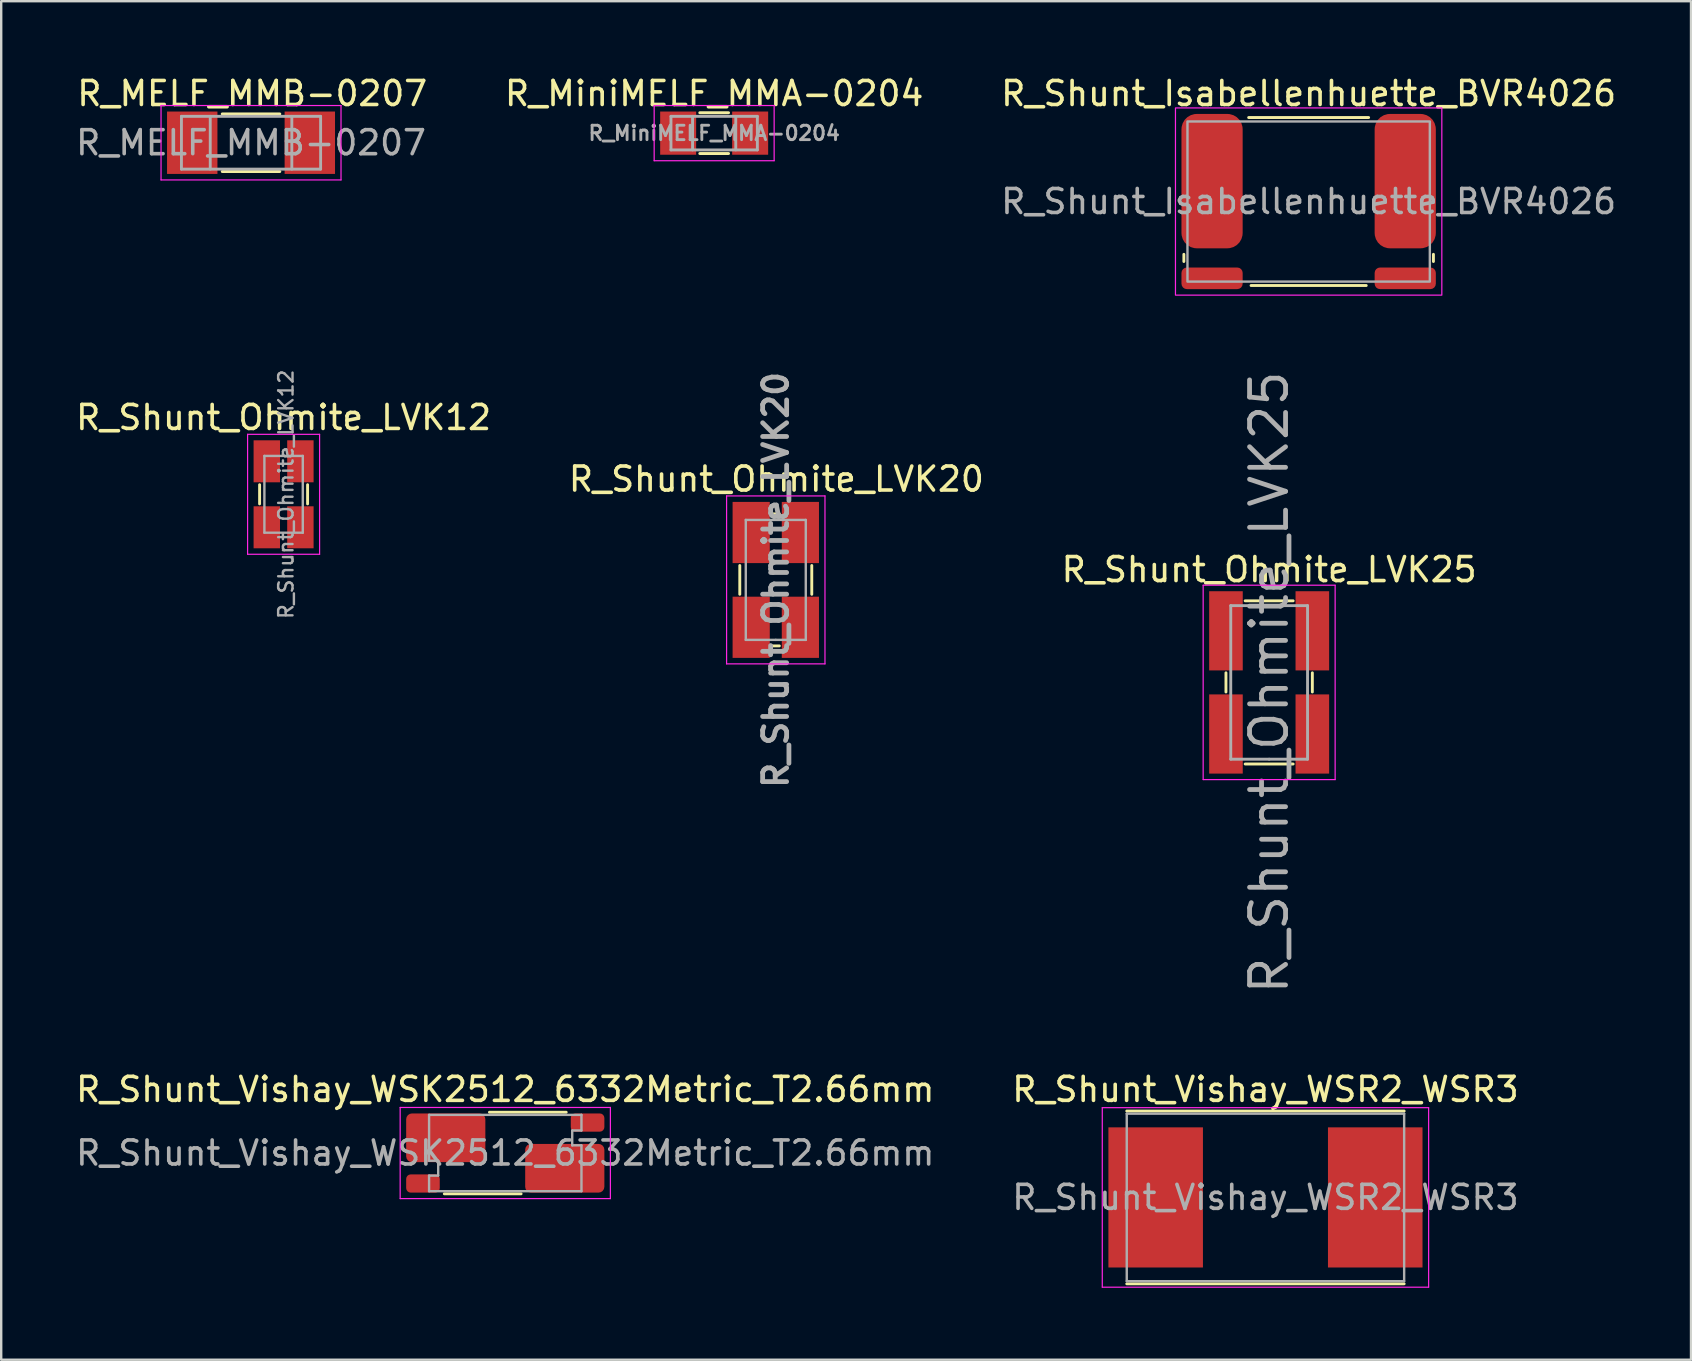
<source format=kicad_pcb>
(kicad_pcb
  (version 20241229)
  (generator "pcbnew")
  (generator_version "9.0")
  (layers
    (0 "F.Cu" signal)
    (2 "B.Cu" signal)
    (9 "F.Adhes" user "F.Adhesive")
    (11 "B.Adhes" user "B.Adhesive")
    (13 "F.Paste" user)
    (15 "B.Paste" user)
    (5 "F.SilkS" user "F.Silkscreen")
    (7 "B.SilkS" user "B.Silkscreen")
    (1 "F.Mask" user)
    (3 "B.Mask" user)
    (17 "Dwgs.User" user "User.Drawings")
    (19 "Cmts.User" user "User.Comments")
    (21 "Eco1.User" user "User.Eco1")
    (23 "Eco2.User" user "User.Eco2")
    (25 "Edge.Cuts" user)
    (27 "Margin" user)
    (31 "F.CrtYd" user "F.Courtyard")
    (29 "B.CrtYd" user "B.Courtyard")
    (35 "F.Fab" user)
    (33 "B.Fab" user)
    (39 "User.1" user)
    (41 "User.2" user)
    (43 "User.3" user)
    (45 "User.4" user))
  (footprint "R_Shunt_Isabellenhuette_BVR4026"
    (layer "F.Cu")
    (at 51.485 5.348)
    (property "Reference" "R_Shunt_Isabellenhuette_BVR4026" (at 0 -4.5 0) (layer "F.SilkS") (effects (font (size 1 1) (thickness 0.15))))
    (attr smd)
    (fp_line (start -5.2 2.2) (end -5.2 2.5) (stroke (width 0.12) (type default)) (layer "F.SilkS"))
    (fp_line (start -2.5 -3.5) (end 2.5 -3.5) (stroke (width 0.12) (type default)) (layer "F.SilkS"))
    (fp_line (start -2.4 3.5) (end 2.4 3.5) (stroke (width 0.12) (type default)) (layer "F.SilkS"))
    (fp_line (start 5.2 2.2) (end 5.2 2.5) (stroke (width 0.12) (type default)) (layer "F.SilkS"))
    (fp_rect (start -5.55 -3.9) (end 5.55 3.9) (stroke (width 0.05) (type default)) (fill no) (layer "F.CrtYd"))
    (fp_rect (start -5.05 -3.337) (end 5.05 3.337) (stroke (width 0.1) (type default)) (fill no) (layer "F.Fab"))
    (fp_text user "${REFERENCE}" (at 0 0 0) (layer "F.Fab") (effects (font (size 1 1) (thickness 0.15))))
    (pad "1" smd roundrect (at -4.025 -0.85) (size 2.55 5.6) (layers "F.Cu" "F.Mask" "F.Paste") (roundrect_rratio 0.25))
    (pad "2" smd roundrect (at -4.025 3.2) (size 2.55 0.9) (layers "F.Cu" "F.Mask" "F.Paste") (roundrect_rratio 0.25))
    (pad "3" smd roundrect (at 4.025 3.2) (size 2.55 0.9) (layers "F.Cu" "F.Mask" "F.Paste") (roundrect_rratio 0.25))
    (pad "4" smd roundrect (at 4.025 -0.85) (size 2.55 5.6) (layers "F.Cu" "F.Mask" "F.Paste") (roundrect_rratio 0.25)))
  (footprint "R_Shunt_Vishay_WSK2512_6332Metric_T2.66mm"
    (layer "F.Cu")
    (at 18.006 45)
    (property "Reference" "R_Shunt_Vishay_WSK2512_6332Metric_T2.66mm" (at 0 -2.65 0) (layer "F.SilkS") (effects (font (size 1 1) (thickness 0.15))))
    (attr smd)
    (fp_line (start -2.54 1.7) (end 0.66 1.7) (stroke (width 0.12) (type solid)) (layer "F.SilkS"))
    (fp_line (start -0.66 -1.7) (end 2.54 -1.7) (stroke (width 0.12) (type solid)) (layer "F.SilkS"))
    (fp_line (start -4.38 -1.9) (end 4.38 -1.9) (stroke (width 0.05) (type solid)) (layer "F.CrtYd"))
    (fp_line (start -4.38 1.9) (end -4.38 -1.9) (stroke (width 0.05) (type solid)) (layer "F.CrtYd"))
    (fp_line (start 4.38 -1.9) (end 4.38 1.9) (stroke (width 0.05) (type solid)) (layer "F.CrtYd"))
    (fp_line (start 4.38 1.9) (end -4.38 1.9) (stroke (width 0.05) (type solid)) (layer "F.CrtYd"))
    (fp_line (start -3.175 -1.59) (end 3.175 -1.59) (stroke (width 0.1) (type solid)) (layer "F.Fab"))
    (fp_line (start -3.175 0.32) (end -3.175 -1.59) (stroke (width 0.1) (type solid)) (layer "F.Fab"))
    (fp_line (start -3.175 0.32) (end -2.795 0.32) (stroke (width 0.1) (type solid)) (layer "F.Fab"))
    (fp_line (start -3.175 0.94) (end -3.175 1.59) (stroke (width 0.1) (type solid)) (layer "F.Fab"))
    (fp_line (start -3.175 0.94) (end -2.795 0.94) (stroke (width 0.1) (type solid)) (layer "F.Fab"))
    (fp_line (start -2.795 0.94) (end -2.795 0.32) (stroke (width 0.1) (type solid)) (layer "F.Fab"))
    (fp_line (start 2.79 -0.94) (end 3.17 -0.94) (stroke (width 0.1) (type solid)) (layer "F.Fab"))
    (fp_line (start 2.79 -0.32) (end 2.79 -0.94) (stroke (width 0.1) (type solid)) (layer "F.Fab"))
    (fp_line (start 2.79 -0.32) (end 3.17 -0.32) (stroke (width 0.1) (type solid)) (layer "F.Fab"))
    (fp_line (start 3.175 -0.94) (end 3.175 -1.59) (stroke (width 0.1) (type solid)) (layer "F.Fab"))
    (fp_line (start 3.175 -0.32) (end 3.175 1.59) (stroke (width 0.1) (type solid)) (layer "F.Fab"))
    (fp_line (start 3.175 1.59) (end -3.175 1.59) (stroke (width 0.1) (type solid)) (layer "F.Fab"))
    (fp_text user "${REFERENCE}" (at 0 0 0) (layer "F.Fab") (effects (font (size 1 1) (thickness 0.15))))
    (pad "1" smd roundrect (at -2.48 -0.635) (size 3.3 2.03) (layers "F.Cu" "F.Mask" "F.Paste") (roundrect_rratio 0.12))
    (pad "2" smd roundrect (at -3.43 1.27) (size 1.4 0.76) (layers "F.Cu" "F.Mask" "F.Paste") (roundrect_rratio 0.25))
    (pad "3" smd roundrect (at 3.43 -1.27) (size 1.4 0.76) (layers "F.Cu" "F.Mask" "F.Paste") (roundrect_rratio 0.25))
    (pad "4" smd roundrect (at 2.48 0.635) (size 3.3 2.03) (layers "F.Cu" "F.Mask" "F.Paste") (roundrect_rratio 0.12)))
  (footprint "R_Shunt_Vishay_WSR2_WSR3"
    (layer "F.Cu")
    (at 49.685 46.85)
    (property "Reference" "R_Shunt_Vishay_WSR2_WSR3" (at 0 -4.5 0) (layer "F.SilkS") (effects (font (size 1 1) (thickness 0.15))))
    (attr smd)
    (fp_line (start -5.78 -3.6) (end 5.78 -3.6) (stroke (width 0.12) (type solid)) (layer "F.SilkS"))
    (fp_line (start -5.78 3.6) (end 5.78 3.6) (stroke (width 0.12) (type solid)) (layer "F.SilkS"))
    (fp_line (start -6.8 -3.74) (end -6.8 3.74) (stroke (width 0.05) (type solid)) (layer "F.CrtYd"))
    (fp_line (start -6.8 -3.74) (end 6.8 -3.74) (stroke (width 0.05) (type solid)) (layer "F.CrtYd"))
    (fp_line (start -6.8 3.74) (end 6.8 3.74) (stroke (width 0.05) (type solid)) (layer "F.CrtYd"))
    (fp_line (start 6.8 -3.74) (end 6.8 3.74) (stroke (width 0.05) (type solid)) (layer "F.CrtYd"))
    (fp_line (start -5.78 -3.49) (end -5.78 3.49) (stroke (width 0.1) (type solid)) (layer "F.Fab"))
    (fp_line (start -5.78 -3.49) (end 5.78 -3.49) (stroke (width 0.1) (type solid)) (layer "F.Fab"))
    (fp_line (start -5.78 3.49) (end 5.78 3.49) (stroke (width 0.1) (type solid)) (layer "F.Fab"))
    (fp_line (start 5.78 -3.49) (end 5.78 3.49) (stroke (width 0.1) (type solid)) (layer "F.Fab"))
    (fp_text user "${REFERENCE}" (at 0 0 0) (layer "F.Fab") (effects (font (size 1 1) (thickness 0.15))))
    (pad "1" smd rect (at -4.575 0) (size 3.94 5.84) (layers "F.Cu" "F.Mask" "F.Paste"))
    (pad "2" smd rect (at 4.575 0) (size 3.94 5.84) (layers "F.Cu" "F.Mask" "F.Paste")))
  (footprint "R_MELF_MMB-0207"
    (layer "F.Cu")
    (at 7.411 2.898)
    (property "Reference" "R_MELF_MMB-0207" (at 0.05 -2.05 0) (layer "F.SilkS") (effects (font (size 1 1) (thickness 0.15))))
    (attr smd)
    (fp_line (start 1.2 -1.2) (end -1.2 -1.2) (stroke (width 0.12) (type solid)) (layer "F.SilkS"))
    (fp_line (start 1.2 1.2) (end -1.2 1.2) (stroke (width 0.12) (type solid)) (layer "F.SilkS"))
    (fp_line (start -3.75 -1.55) (end -3.75 1.55) (stroke (width 0.05) (type solid)) (layer "F.CrtYd"))
    (fp_line (start -3.75 -1.55) (end 3.75 -1.55) (stroke (width 0.05) (type solid)) (layer "F.CrtYd"))
    (fp_line (start 3.75 1.55) (end -3.75 1.55) (stroke (width 0.05) (type solid)) (layer "F.CrtYd"))
    (fp_line (start 3.75 1.55) (end 3.75 -1.55) (stroke (width 0.05) (type solid)) (layer "F.CrtYd"))
    (fp_line (start -2.9 -1.1) (end -2.9 1.1) (stroke (width 0.12) (type solid)) (layer "F.Fab"))
    (fp_line (start -2.9 1.1) (end 2.9 1.1) (stroke (width 0.12) (type solid)) (layer "F.Fab"))
    (fp_line (start -1.7 -1.1) (end -1.7 1.1) (stroke (width 0.12) (type solid)) (layer "F.Fab"))
    (fp_line (start 1.7 -1.1) (end 1.7 1.1) (stroke (width 0.12) (type solid)) (layer "F.Fab"))
    (fp_line (start 2.9 -1.1) (end -2.9 -1.1) (stroke (width 0.12) (type solid)) (layer "F.Fab"))
    (fp_line (start 2.9 1.1) (end 2.9 -1.1) (stroke (width 0.12) (type solid)) (layer "F.Fab"))
    (fp_text user "${REFERENCE}" (at 0 0 0) (layer "F.Fab") (effects (font (size 1 1) (thickness 0.15))))
    (pad "1" smd rect (at -2.45 0) (size 2.1 2.6) (layers "F.Cu" "F.Mask" "F.Paste"))
    (pad "2" smd rect (at 2.45 0) (size 2.1 2.6) (layers "F.Cu" "F.Mask" "F.Paste")))
  (footprint "R_Shunt_Ohmite_LVK25"
    (layer "F.Cu")
    (at 49.839 25.388)
    (property "Reference" "R_Shunt_Ohmite_LVK25" (at 0 -4.7 0) (layer "F.SilkS") (effects (font (size 1 1) (thickness 0.15))))
    (attr smd)
    (fp_line (start -1.8 0.4) (end -1.8 -0.4) (stroke (width 0.12) (type solid)) (layer "F.SilkS"))
    (fp_line (start 1 -3.4) (end -1 -3.4) (stroke (width 0.12) (type solid)) (layer "F.SilkS"))
    (fp_line (start 1 3.4) (end -1 3.4) (stroke (width 0.12) (type solid)) (layer "F.SilkS"))
    (fp_line (start 1.8 -0.4) (end 1.8 0.4) (stroke (width 0.12) (type solid)) (layer "F.SilkS"))
    (fp_line (start -2.75 -4.05) (end 2.75 -4.05) (stroke (width 0.05) (type solid)) (layer "F.CrtYd"))
    (fp_line (start -2.75 4.05) (end -2.75 -4.05) (stroke (width 0.05) (type solid)) (layer "F.CrtYd"))
    (fp_line (start 2.75 -4.05) (end 2.75 4.05) (stroke (width 0.05) (type solid)) (layer "F.CrtYd"))
    (fp_line (start 2.75 4.05) (end -2.75 4.05) (stroke (width 0.05) (type solid)) (layer "F.CrtYd"))
    (fp_line (start -1.6 -3.2) (end 1.6 -3.2) (stroke (width 0.12) (type solid)) (layer "F.Fab"))
    (fp_line (start -1.6 3.2) (end -1.6 -3.2) (stroke (width 0.12) (type solid)) (layer "F.Fab"))
    (fp_line (start 0 3.2) (end -1.6 3.2) (stroke (width 0.12) (type solid)) (layer "F.Fab"))
    (fp_line (start 1.6 -3.2) (end 1.6 3.2) (stroke (width 0.12) (type solid)) (layer "F.Fab"))
    (fp_line (start 1.6 3.2) (end 0 3.2) (stroke (width 0.12) (type solid)) (layer "F.Fab"))
    (fp_text user "${REFERENCE}" (at 0 0 90) (layer "F.Fab") (effects (font (size 1.5 1.5) (thickness 0.2))))
    (pad "1" smd rect (at -1.8 -2.15) (size 1.4 3.3) (layers "F.Cu" "F.Mask" "F.Paste"))
    (pad "2" smd rect (at -1.8 2.15) (size 1.4 3.3) (layers "F.Cu" "F.Mask" "F.Paste"))
    (pad "3" smd rect (at 1.8 -2.15) (size 1.4 3.3) (layers "F.Cu" "F.Mask" "F.Paste"))
    (pad "4" smd rect (at 1.8 2.15) (size 1.4 3.3) (layers "F.Cu" "F.Mask" "F.Paste")))
  (footprint "R_Shunt_Ohmite_LVK20"
    (layer "F.Cu")
    (at 29.279 21.116)
    (property "Reference" "R_Shunt_Ohmite_LVK20" (at 0.025 -4.2 0) (layer "F.SilkS") (effects (font (size 1 1) (thickness 0.15))))
    (attr smd)
    (fp_line (start -1.5 0.6) (end -1.5 -0.6) (stroke (width 0.12) (type solid)) (layer "F.SilkS"))
    (fp_line (start 0.15 -2.75) (end -0.15 -2.75) (stroke (width 0.12) (type solid)) (layer "F.SilkS"))
    (fp_line (start 0.15 2.75) (end -0.15 2.75) (stroke (width 0.12) (type solid)) (layer "F.SilkS"))
    (fp_line (start 1.5 -0.6) (end 1.5 0.6) (stroke (width 0.12) (type solid)) (layer "F.SilkS"))
    (fp_line (start -2.05 -3.5) (end 2.05 -3.5) (stroke (width 0.05) (type solid)) (layer "F.CrtYd"))
    (fp_line (start -2.05 3.5) (end -2.05 -3.5) (stroke (width 0.05) (type solid)) (layer "F.CrtYd"))
    (fp_line (start 2.05 -3.5) (end 2.05 3.5) (stroke (width 0.05) (type solid)) (layer "F.CrtYd"))
    (fp_line (start 2.05 3.5) (end -2.05 3.5) (stroke (width 0.05) (type solid)) (layer "F.CrtYd"))
    (fp_line (start -1.25 -2.5) (end 1.25 -2.5) (stroke (width 0.1) (type solid)) (layer "F.Fab"))
    (fp_line (start -1.25 2.5) (end -1.25 -2.5) (stroke (width 0.1) (type solid)) (layer "F.Fab"))
    (fp_line (start 0 2.5) (end -1.25 2.5) (stroke (width 0.1) (type solid)) (layer "F.Fab"))
    (fp_line (start 1.25 -2.5) (end 1.25 2.5) (stroke (width 0.1) (type solid)) (layer "F.Fab"))
    (fp_line (start 1.25 2.5) (end 0 2.5) (stroke (width 0.1) (type solid)) (layer "F.Fab"))
    (fp_text user "${REFERENCE}" (at 0 0 90) (layer "F.Fab") (effects (font (size 1 1) (thickness 0.2))))
    (pad "1" smd rect (at -1.025 -1.975) (size 1.55 2.55) (layers "F.Cu" "F.Mask" "F.Paste"))
    (pad "2" smd rect (at 1.025 -1.975) (size 1.55 2.55) (layers "F.Cu" "F.Mask" "F.Paste"))
    (pad "3" smd rect (at 1.025 1.975) (size 1.55 2.55) (layers "F.Cu" "F.Mask" "F.Paste"))
    (pad "4" smd rect (at -1.025 1.975) (size 1.55 2.55) (layers "F.Cu" "F.Mask" "F.Paste")))
  (footprint "R_Shunt_Ohmite_LVK12"
    (layer "F.Cu")
    (at 8.768 17.549)
    (property "Reference" "R_Shunt_Ohmite_LVK12" (at 0 -3.2 180) (layer "F.SilkS") (effects (font (size 1 1) (thickness 0.15))))
    (attr smd)
    (fp_line (start -1 0.4) (end -1 -0.4) (stroke (width 0.12) (type solid)) (layer "F.SilkS"))
    (fp_line (start 1 -0.4) (end 1 0.4) (stroke (width 0.12) (type solid)) (layer "F.SilkS"))
    (fp_line (start -1.5 -2.5) (end 1.5 -2.5) (stroke (width 0.05) (type solid)) (layer "F.CrtYd"))
    (fp_line (start -1.5 2.5) (end -1.5 -2.5) (stroke (width 0.05) (type solid)) (layer "F.CrtYd"))
    (fp_line (start 1.5 -2.5) (end 1.5 2.5) (stroke (width 0.05) (type solid)) (layer "F.CrtYd"))
    (fp_line (start 1.5 2.5) (end -1.5 2.5) (stroke (width 0.05) (type solid)) (layer "F.CrtYd"))
    (fp_line (start -0.8 -1.6) (end -0.8 1.6) (stroke (width 0.1) (type solid)) (layer "F.Fab"))
    (fp_line (start -0.8 1.6) (end 0.8 1.6) (stroke (width 0.1) (type solid)) (layer "F.Fab"))
    (fp_line (start 0.8 -1.6) (end -0.8 -1.6) (stroke (width 0.1) (type solid)) (layer "F.Fab"))
    (fp_line (start 0.8 1.6) (end 0.8 -1.6) (stroke (width 0.1) (type solid)) (layer "F.Fab"))
    (fp_text user "${REFERENCE}" (at 0.1 0 90) (layer "F.Fab") (effects (font (size 0.6 0.6) (thickness 0.1))))
    (pad "1" smd rect (at -0.7 -1.375) (size 1.1 1.75) (layers "F.Cu" "F.Mask" "F.Paste"))
    (pad "2" smd rect (at 0.7 -1.375) (size 1.1 1.75) (layers "F.Cu" "F.Mask" "F.Paste"))
    (pad "3" smd rect (at 0.7 1.375) (size 1.1 1.75) (layers "F.Cu" "F.Mask" "F.Paste"))
    (pad "4" smd rect (at -0.7 1.375) (size 1.1 1.75) (layers "F.Cu" "F.Mask" "F.Paste")))
  (footprint "R_MiniMELF_MMA-0204"
    (layer "F.Cu")
    (at 26.711 2.498)
    (property "Reference" "R_MiniMELF_MMA-0204" (at 0 -1.65 0) (layer "F.SilkS") (effects (font (size 1 1) (thickness 0.15))))
    (attr smd)
    (fp_line (start -0.6 -0.85) (end 0.6 -0.85) (stroke (width 0.12) (type solid)) (layer "F.SilkS"))
    (fp_line (start 0.6 0.85) (end -0.6 0.85) (stroke (width 0.12) (type solid)) (layer "F.SilkS"))
    (fp_line (start -2.5 -1.15) (end -2.5 1.15) (stroke (width 0.05) (type solid)) (layer "F.CrtYd"))
    (fp_line (start -2.5 -1.15) (end 2.5 -1.15) (stroke (width 0.05) (type solid)) (layer "F.CrtYd"))
    (fp_line (start 2.5 1.15) (end -2.5 1.15) (stroke (width 0.05) (type solid)) (layer "F.CrtYd"))
    (fp_line (start 2.5 1.15) (end 2.5 -1.15) (stroke (width 0.05) (type solid)) (layer "F.CrtYd"))
    (fp_line (start -1.8 -0.7) (end -1.8 0.7) (stroke (width 0.12) (type solid)) (layer "F.Fab"))
    (fp_line (start -1.8 0.7) (end 1.8 0.7) (stroke (width 0.12) (type solid)) (layer "F.Fab"))
    (fp_line (start -0.9 -0.7) (end -0.9 0.7) (stroke (width 0.12) (type solid)) (layer "F.Fab"))
    (fp_line (start 0.9 0.7) (end 0.9 -0.7) (stroke (width 0.12) (type solid)) (layer "F.Fab"))
    (fp_line (start 1.8 -0.7) (end -1.8 -0.7) (stroke (width 0.12) (type solid)) (layer "F.Fab"))
    (fp_line (start 1.8 0.7) (end 1.8 -0.7) (stroke (width 0.12) (type solid)) (layer "F.Fab"))
    (fp_text user "${REFERENCE}" (at 0 0 0) (layer "F.Fab") (effects (font (size 0.6 0.6) (thickness 0.12))))
    (pad "1" smd rect (at -1.5 0) (size 1.5 1.8) (layers "F.Cu" "F.Mask" "F.Paste"))
    (pad "2" smd rect (at 1.5 0) (size 1.5 1.8) (layers "F.Cu" "F.Mask" "F.Paste")))
  (gr_rect
    (start -3 -3)
    (end 67.419 53.615)
    (stroke (width 0.1) (type default))
    (fill no)
    (layer "Edge.Cuts")))
</source>
